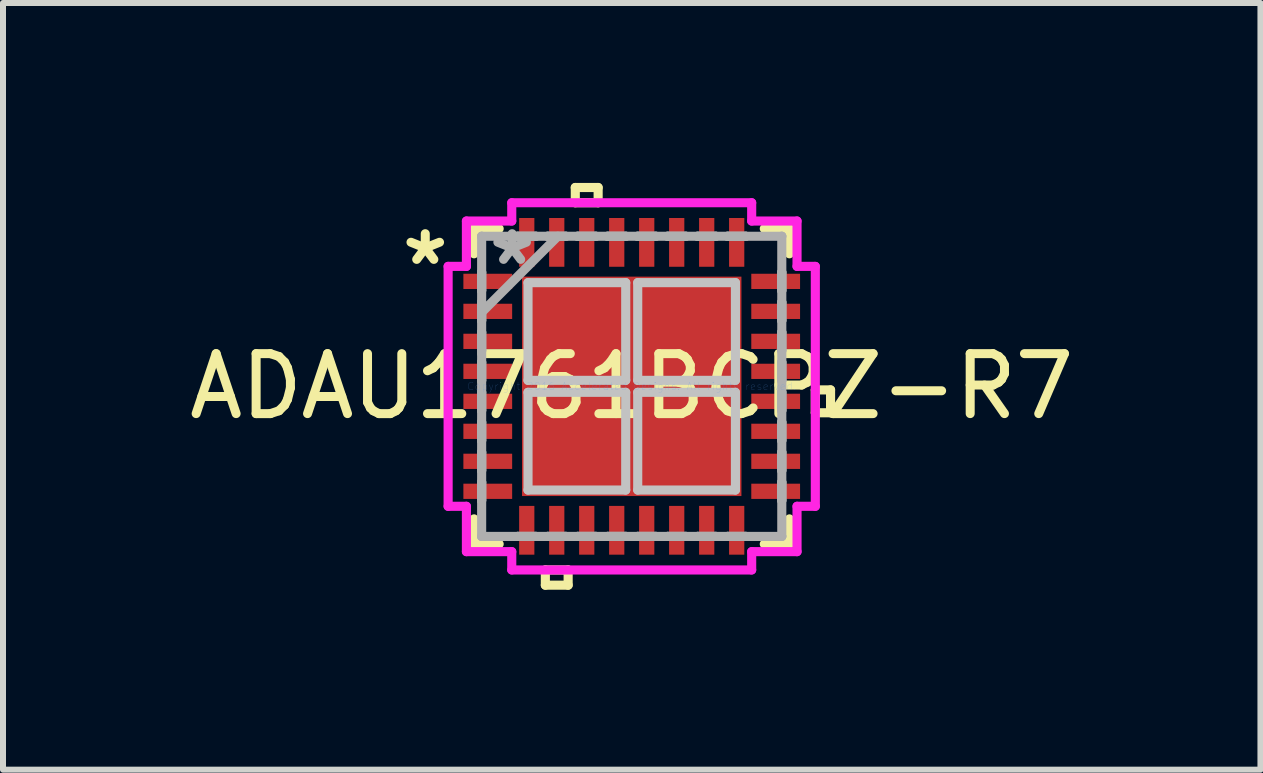
<source format=kicad_pcb>
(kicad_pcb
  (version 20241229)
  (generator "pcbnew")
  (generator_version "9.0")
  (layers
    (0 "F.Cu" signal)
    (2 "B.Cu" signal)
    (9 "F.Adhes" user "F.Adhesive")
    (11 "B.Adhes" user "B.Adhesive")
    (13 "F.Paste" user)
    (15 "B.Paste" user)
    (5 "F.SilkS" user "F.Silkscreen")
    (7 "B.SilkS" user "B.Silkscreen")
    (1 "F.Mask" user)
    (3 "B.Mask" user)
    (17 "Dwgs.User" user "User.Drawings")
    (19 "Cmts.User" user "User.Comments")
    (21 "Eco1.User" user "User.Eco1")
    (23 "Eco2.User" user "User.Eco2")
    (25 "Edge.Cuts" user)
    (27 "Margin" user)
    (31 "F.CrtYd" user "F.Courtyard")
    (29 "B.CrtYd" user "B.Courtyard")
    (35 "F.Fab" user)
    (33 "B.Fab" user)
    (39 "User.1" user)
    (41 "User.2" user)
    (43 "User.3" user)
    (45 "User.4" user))
  (footprint "ADAU1761BCPZ-R7"
    (layer "F.Cu")
    (at 7.482 3.391)
    (property "Reference" "ADAU1761BCPZ-R7" (at 0 0 0) (layer "F.SilkS") (effects (font (size 1 1) (thickness 0.15))))
    (attr through_hole)
    (fp_line (start -2.629 -2.629) (end -2.629 -2.21) (stroke (width 0.152) (type solid)) (layer "F.SilkS"))
    (fp_line (start -2.629 2.21) (end -2.629 2.629) (stroke (width 0.152) (type solid)) (layer "F.SilkS"))
    (fp_line (start -2.629 2.629) (end -2.21 2.629) (stroke (width 0.152) (type solid)) (layer "F.SilkS"))
    (fp_line (start -2.21 -2.629) (end -2.629 -2.629) (stroke (width 0.152) (type solid)) (layer "F.SilkS"))
    (fp_line (start -1.44 3.061) (end -1.44 3.315) (stroke (width 0.152) (type solid)) (layer "F.SilkS"))
    (fp_line (start -1.44 3.315) (end -1.06 3.315) (stroke (width 0.152) (type solid)) (layer "F.SilkS"))
    (fp_line (start -1.06 3.061) (end -1.44 3.061) (stroke (width 0.152) (type solid)) (layer "F.SilkS"))
    (fp_line (start -1.06 3.315) (end -1.06 3.061) (stroke (width 0.152) (type solid)) (layer "F.SilkS"))
    (fp_line (start -0.941 -3.315) (end -0.56 -3.315) (stroke (width 0.152) (type solid)) (layer "F.SilkS"))
    (fp_line (start -0.941 -3.061) (end -0.941 -3.315) (stroke (width 0.152) (type solid)) (layer "F.SilkS"))
    (fp_line (start -0.56 -3.315) (end -0.56 -3.061) (stroke (width 0.152) (type solid)) (layer "F.SilkS"))
    (fp_line (start -0.56 -3.061) (end -0.941 -3.061) (stroke (width 0.152) (type solid)) (layer "F.SilkS"))
    (fp_line (start 2.21 2.629) (end 2.629 2.629) (stroke (width 0.152) (type solid)) (layer "F.SilkS"))
    (fp_line (start 2.629 -2.629) (end 2.21 -2.629) (stroke (width 0.152) (type solid)) (layer "F.SilkS"))
    (fp_line (start 2.629 -2.21) (end 2.629 -2.629) (stroke (width 0.152) (type solid)) (layer "F.SilkS"))
    (fp_line (start 2.629 2.629) (end 2.629 2.21) (stroke (width 0.152) (type solid)) (layer "F.SilkS"))
    (fp_line (start 3.061 0.059) (end 3.315 0.059) (stroke (width 0.152) (type solid)) (layer "F.SilkS"))
    (fp_line (start 3.061 0.441) (end 3.061 0.059) (stroke (width 0.152) (type solid)) (layer "F.SilkS"))
    (fp_line (start 3.315 0.059) (end 3.315 0.441) (stroke (width 0.152) (type solid)) (layer "F.SilkS"))
    (fp_line (start 3.315 0.441) (end 3.061 0.441) (stroke (width 0.152) (type solid)) (layer "F.SilkS"))
    (fp_line (start -1.729 -1.729) (end -1.729 -0.1) (stroke (width 0.152) (type solid)) (layer "Dwgs.User"))
    (fp_line (start -1.729 -0.1) (end -0.1 -0.1) (stroke (width 0.152) (type solid)) (layer "Dwgs.User"))
    (fp_line (start -1.729 0.1) (end -1.729 1.729) (stroke (width 0.152) (type solid)) (layer "Dwgs.User"))
    (fp_line (start -1.729 1.729) (end -0.1 1.729) (stroke (width 0.152) (type solid)) (layer "Dwgs.User"))
    (fp_line (start -0.1 -1.729) (end -1.729 -1.729) (stroke (width 0.152) (type solid)) (layer "Dwgs.User"))
    (fp_line (start -0.1 -0.1) (end -0.1 -1.729) (stroke (width 0.152) (type solid)) (layer "Dwgs.User"))
    (fp_line (start -0.1 0.1) (end -1.729 0.1) (stroke (width 0.152) (type solid)) (layer "Dwgs.User"))
    (fp_line (start -0.1 1.729) (end -0.1 0.1) (stroke (width 0.152) (type solid)) (layer "Dwgs.User"))
    (fp_line (start 0.1 -1.729) (end 0.1 -0.1) (stroke (width 0.152) (type solid)) (layer "Dwgs.User"))
    (fp_line (start 0.1 -0.1) (end 1.729 -0.1) (stroke (width 0.152) (type solid)) (layer "Dwgs.User"))
    (fp_line (start 0.1 0.1) (end 0.1 1.729) (stroke (width 0.152) (type solid)) (layer "Dwgs.User"))
    (fp_line (start 0.1 1.729) (end 1.729 1.729) (stroke (width 0.152) (type solid)) (layer "Dwgs.User"))
    (fp_line (start 1.729 -1.729) (end 0.1 -1.729) (stroke (width 0.152) (type solid)) (layer "Dwgs.User"))
    (fp_line (start 1.729 -0.1) (end 1.729 -1.729) (stroke (width 0.152) (type solid)) (layer "Dwgs.User"))
    (fp_line (start 1.729 0.1) (end 0.1 0.1) (stroke (width 0.152) (type solid)) (layer "Dwgs.User"))
    (fp_line (start 1.729 1.729) (end 1.729 0.1) (stroke (width 0.152) (type solid)) (layer "Dwgs.User"))
    (fp_line (start -3.061 -2) (end -2.756 -2) (stroke (width 0.152) (type solid)) (layer "F.CrtYd"))
    (fp_line (start -3.061 2) (end -3.061 -2) (stroke (width 0.152) (type solid)) (layer "F.CrtYd"))
    (fp_line (start -2.756 -2.756) (end -2 -2.756) (stroke (width 0.152) (type solid)) (layer "F.CrtYd"))
    (fp_line (start -2.756 -2) (end -2.756 -2.756) (stroke (width 0.152) (type solid)) (layer "F.CrtYd"))
    (fp_line (start -2.756 2) (end -3.061 2) (stroke (width 0.152) (type solid)) (layer "F.CrtYd"))
    (fp_line (start -2.756 2.756) (end -2.756 2) (stroke (width 0.152) (type solid)) (layer "F.CrtYd"))
    (fp_line (start -2 -3.061) (end 2 -3.061) (stroke (width 0.152) (type solid)) (layer "F.CrtYd"))
    (fp_line (start -2 -2.756) (end -2 -3.061) (stroke (width 0.152) (type solid)) (layer "F.CrtYd"))
    (fp_line (start -2 2.756) (end -2.756 2.756) (stroke (width 0.152) (type solid)) (layer "F.CrtYd"))
    (fp_line (start -2 3.061) (end -2 2.756) (stroke (width 0.152) (type solid)) (layer "F.CrtYd"))
    (fp_line (start 2 -3.061) (end 2 -2.756) (stroke (width 0.152) (type solid)) (layer "F.CrtYd"))
    (fp_line (start 2 -2.756) (end 2.756 -2.756) (stroke (width 0.152) (type solid)) (layer "F.CrtYd"))
    (fp_line (start 2 2.756) (end 2 3.061) (stroke (width 0.152) (type solid)) (layer "F.CrtYd"))
    (fp_line (start 2 3.061) (end -2 3.061) (stroke (width 0.152) (type solid)) (layer "F.CrtYd"))
    (fp_line (start 2.756 -2.756) (end 2.756 -2) (stroke (width 0.152) (type solid)) (layer "F.CrtYd"))
    (fp_line (start 2.756 -2) (end 3.061 -2) (stroke (width 0.152) (type solid)) (layer "F.CrtYd"))
    (fp_line (start 2.756 2) (end 2.756 2.756) (stroke (width 0.152) (type solid)) (layer "F.CrtYd"))
    (fp_line (start 2.756 2.756) (end 2 2.756) (stroke (width 0.152) (type solid)) (layer "F.CrtYd"))
    (fp_line (start 3.061 -2) (end 3.061 2) (stroke (width 0.152) (type solid)) (layer "F.CrtYd"))
    (fp_line (start 3.061 2) (end 2.756 2) (stroke (width 0.152) (type solid)) (layer "F.CrtYd"))
    (fp_line (start -2.502 -2.502) (end -2.502 -2.502) (stroke (width 0.152) (type solid)) (layer "F.Fab"))
    (fp_line (start -2.502 -2.502) (end -2.502 2.502) (stroke (width 0.152) (type solid)) (layer "F.Fab"))
    (fp_line (start -2.502 -1.902) (end -2.502 -1.902) (stroke (width 0.152) (type solid)) (layer "F.Fab"))
    (fp_line (start -2.502 -1.902) (end -2.502 -1.598) (stroke (width 0.152) (type solid)) (layer "F.Fab"))
    (fp_line (start -2.502 -1.598) (end -2.502 -1.902) (stroke (width 0.152) (type solid)) (layer "F.Fab"))
    (fp_line (start -2.502 -1.598) (end -2.502 -1.598) (stroke (width 0.152) (type solid)) (layer "F.Fab"))
    (fp_line (start -2.502 -1.402) (end -2.502 -1.402) (stroke (width 0.152) (type solid)) (layer "F.Fab"))
    (fp_line (start -2.502 -1.402) (end -2.502 -1.098) (stroke (width 0.152) (type solid)) (layer "F.Fab"))
    (fp_line (start -2.502 -1.232) (end -1.232 -2.502) (stroke (width 0.152) (type solid)) (layer "F.Fab"))
    (fp_line (start -2.502 -1.098) (end -2.502 -1.402) (stroke (width 0.152) (type solid)) (layer "F.Fab"))
    (fp_line (start -2.502 -1.098) (end -2.502 -1.098) (stroke (width 0.152) (type solid)) (layer "F.Fab"))
    (fp_line (start -2.502 -0.902) (end -2.502 -0.902) (stroke (width 0.152) (type solid)) (layer "F.Fab"))
    (fp_line (start -2.502 -0.902) (end -2.502 -0.598) (stroke (width 0.152) (type solid)) (layer "F.Fab"))
    (fp_line (start -2.502 -0.598) (end -2.502 -0.902) (stroke (width 0.152) (type solid)) (layer "F.Fab"))
    (fp_line (start -2.502 -0.598) (end -2.502 -0.598) (stroke (width 0.152) (type solid)) (layer "F.Fab"))
    (fp_line (start -2.502 -0.402) (end -2.502 -0.402) (stroke (width 0.152) (type solid)) (layer "F.Fab"))
    (fp_line (start -2.502 -0.402) (end -2.502 -0.098) (stroke (width 0.152) (type solid)) (layer "F.Fab"))
    (fp_line (start -2.502 -0.098) (end -2.502 -0.402) (stroke (width 0.152) (type solid)) (layer "F.Fab"))
    (fp_line (start -2.502 -0.098) (end -2.502 -0.098) (stroke (width 0.152) (type solid)) (layer "F.Fab"))
    (fp_line (start -2.502 0.098) (end -2.502 0.098) (stroke (width 0.152) (type solid)) (layer "F.Fab"))
    (fp_line (start -2.502 0.098) (end -2.502 0.402) (stroke (width 0.152) (type solid)) (layer "F.Fab"))
    (fp_line (start -2.502 0.402) (end -2.502 0.098) (stroke (width 0.152) (type solid)) (layer "F.Fab"))
    (fp_line (start -2.502 0.402) (end -2.502 0.402) (stroke (width 0.152) (type solid)) (layer "F.Fab"))
    (fp_line (start -2.502 0.598) (end -2.502 0.598) (stroke (width 0.152) (type solid)) (layer "F.Fab"))
    (fp_line (start -2.502 0.598) (end -2.502 0.902) (stroke (width 0.152) (type solid)) (layer "F.Fab"))
    (fp_line (start -2.502 0.902) (end -2.502 0.598) (stroke (width 0.152) (type solid)) (layer "F.Fab"))
    (fp_line (start -2.502 0.902) (end -2.502 0.902) (stroke (width 0.152) (type solid)) (layer "F.Fab"))
    (fp_line (start -2.502 1.098) (end -2.502 1.098) (stroke (width 0.152) (type solid)) (layer "F.Fab"))
    (fp_line (start -2.502 1.098) (end -2.502 1.402) (stroke (width 0.152) (type solid)) (layer "F.Fab"))
    (fp_line (start -2.502 1.402) (end -2.502 1.098) (stroke (width 0.152) (type solid)) (layer "F.Fab"))
    (fp_line (start -2.502 1.402) (end -2.502 1.402) (stroke (width 0.152) (type solid)) (layer "F.Fab"))
    (fp_line (start -2.502 1.598) (end -2.502 1.598) (stroke (width 0.152) (type solid)) (layer "F.Fab"))
    (fp_line (start -2.502 1.598) (end -2.502 1.902) (stroke (width 0.152) (type solid)) (layer "F.Fab"))
    (fp_line (start -2.502 1.902) (end -2.502 1.598) (stroke (width 0.152) (type solid)) (layer "F.Fab"))
    (fp_line (start -2.502 1.902) (end -2.502 1.902) (stroke (width 0.152) (type solid)) (layer "F.Fab"))
    (fp_line (start -2.502 2.502) (end -2.502 2.502) (stroke (width 0.152) (type solid)) (layer "F.Fab"))
    (fp_line (start -2.502 2.502) (end 2.502 2.502) (stroke (width 0.152) (type solid)) (layer "F.Fab"))
    (fp_line (start -1.902 -2.502) (end -1.902 -2.502) (stroke (width 0.152) (type solid)) (layer "F.Fab"))
    (fp_line (start -1.902 -2.502) (end -1.598 -2.502) (stroke (width 0.152) (type solid)) (layer "F.Fab"))
    (fp_line (start -1.902 2.502) (end -1.902 2.502) (stroke (width 0.152) (type solid)) (layer "F.Fab"))
    (fp_line (start -1.902 2.502) (end -1.598 2.502) (stroke (width 0.152) (type solid)) (layer "F.Fab"))
    (fp_line (start -1.598 -2.502) (end -1.902 -2.502) (stroke (width 0.152) (type solid)) (layer "F.Fab"))
    (fp_line (start -1.598 -2.502) (end -1.598 -2.502) (stroke (width 0.152) (type solid)) (layer "F.Fab"))
    (fp_line (start -1.598 2.502) (end -1.902 2.502) (stroke (width 0.152) (type solid)) (layer "F.Fab"))
    (fp_line (start -1.598 2.502) (end -1.598 2.502) (stroke (width 0.152) (type solid)) (layer "F.Fab"))
    (fp_line (start -1.402 -2.502) (end -1.402 -2.502) (stroke (width 0.152) (type solid)) (layer "F.Fab"))
    (fp_line (start -1.402 -2.502) (end -1.098 -2.502) (stroke (width 0.152) (type solid)) (layer "F.Fab"))
    (fp_line (start -1.402 2.502) (end -1.402 2.502) (stroke (width 0.152) (type solid)) (layer "F.Fab"))
    (fp_line (start -1.402 2.502) (end -1.098 2.502) (stroke (width 0.152) (type solid)) (layer "F.Fab"))
    (fp_line (start -1.098 -2.502) (end -1.402 -2.502) (stroke (width 0.152) (type solid)) (layer "F.Fab"))
    (fp_line (start -1.098 -2.502) (end -1.098 -2.502) (stroke (width 0.152) (type solid)) (layer "F.Fab"))
    (fp_line (start -1.098 2.502) (end -1.402 2.502) (stroke (width 0.152) (type solid)) (layer "F.Fab"))
    (fp_line (start -1.098 2.502) (end -1.098 2.502) (stroke (width 0.152) (type solid)) (layer "F.Fab"))
    (fp_line (start -0.902 -2.502) (end -0.902 -2.502) (stroke (width 0.152) (type solid)) (layer "F.Fab"))
    (fp_line (start -0.902 -2.502) (end -0.598 -2.502) (stroke (width 0.152) (type solid)) (layer "F.Fab"))
    (fp_line (start -0.902 2.502) (end -0.902 2.502) (stroke (width 0.152) (type solid)) (layer "F.Fab"))
    (fp_line (start -0.902 2.502) (end -0.598 2.502) (stroke (width 0.152) (type solid)) (layer "F.Fab"))
    (fp_line (start -0.598 -2.502) (end -0.902 -2.502) (stroke (width 0.152) (type solid)) (layer "F.Fab"))
    (fp_line (start -0.598 -2.502) (end -0.598 -2.502) (stroke (width 0.152) (type solid)) (layer "F.Fab"))
    (fp_line (start -0.598 2.502) (end -0.902 2.502) (stroke (width 0.152) (type solid)) (layer "F.Fab"))
    (fp_line (start -0.598 2.502) (end -0.598 2.502) (stroke (width 0.152) (type solid)) (layer "F.Fab"))
    (fp_line (start -0.402 -2.502) (end -0.402 -2.502) (stroke (width 0.152) (type solid)) (layer "F.Fab"))
    (fp_line (start -0.402 -2.502) (end -0.098 -2.502) (stroke (width 0.152) (type solid)) (layer "F.Fab"))
    (fp_line (start -0.402 2.502) (end -0.402 2.502) (stroke (width 0.152) (type solid)) (layer "F.Fab"))
    (fp_line (start -0.402 2.502) (end -0.098 2.502) (stroke (width 0.152) (type solid)) (layer "F.Fab"))
    (fp_line (start -0.098 -2.502) (end -0.402 -2.502) (stroke (width 0.152) (type solid)) (layer "F.Fab"))
    (fp_line (start -0.098 -2.502) (end -0.098 -2.502) (stroke (width 0.152) (type solid)) (layer "F.Fab"))
    (fp_line (start -0.098 2.502) (end -0.402 2.502) (stroke (width 0.152) (type solid)) (layer "F.Fab"))
    (fp_line (start -0.098 2.502) (end -0.098 2.502) (stroke (width 0.152) (type solid)) (layer "F.Fab"))
    (fp_line (start 0.098 -2.502) (end 0.098 -2.502) (stroke (width 0.152) (type solid)) (layer "F.Fab"))
    (fp_line (start 0.098 -2.502) (end 0.402 -2.502) (stroke (width 0.152) (type solid)) (layer "F.Fab"))
    (fp_line (start 0.098 2.502) (end 0.098 2.502) (stroke (width 0.152) (type solid)) (layer "F.Fab"))
    (fp_line (start 0.098 2.502) (end 0.402 2.502) (stroke (width 0.152) (type solid)) (layer "F.Fab"))
    (fp_line (start 0.402 -2.502) (end 0.098 -2.502) (stroke (width 0.152) (type solid)) (layer "F.Fab"))
    (fp_line (start 0.402 -2.502) (end 0.402 -2.502) (stroke (width 0.152) (type solid)) (layer "F.Fab"))
    (fp_line (start 0.402 2.502) (end 0.098 2.502) (stroke (width 0.152) (type solid)) (layer "F.Fab"))
    (fp_line (start 0.402 2.502) (end 0.402 2.502) (stroke (width 0.152) (type solid)) (layer "F.Fab"))
    (fp_line (start 0.598 -2.502) (end 0.598 -2.502) (stroke (width 0.152) (type solid)) (layer "F.Fab"))
    (fp_line (start 0.598 -2.502) (end 0.902 -2.502) (stroke (width 0.152) (type solid)) (layer "F.Fab"))
    (fp_line (start 0.598 2.502) (end 0.598 2.502) (stroke (width 0.152) (type solid)) (layer "F.Fab"))
    (fp_line (start 0.598 2.502) (end 0.902 2.502) (stroke (width 0.152) (type solid)) (layer "F.Fab"))
    (fp_line (start 0.902 -2.502) (end 0.598 -2.502) (stroke (width 0.152) (type solid)) (layer "F.Fab"))
    (fp_line (start 0.902 -2.502) (end 0.902 -2.502) (stroke (width 0.152) (type solid)) (layer "F.Fab"))
    (fp_line (start 0.902 2.502) (end 0.598 2.502) (stroke (width 0.152) (type solid)) (layer "F.Fab"))
    (fp_line (start 0.902 2.502) (end 0.902 2.502) (stroke (width 0.152) (type solid)) (layer "F.Fab"))
    (fp_line (start 1.098 -2.502) (end 1.098 -2.502) (stroke (width 0.152) (type solid)) (layer "F.Fab"))
    (fp_line (start 1.098 -2.502) (end 1.402 -2.502) (stroke (width 0.152) (type solid)) (layer "F.Fab"))
    (fp_line (start 1.098 2.502) (end 1.098 2.502) (stroke (width 0.152) (type solid)) (layer "F.Fab"))
    (fp_line (start 1.098 2.502) (end 1.402 2.502) (stroke (width 0.152) (type solid)) (layer "F.Fab"))
    (fp_line (start 1.402 -2.502) (end 1.098 -2.502) (stroke (width 0.152) (type solid)) (layer "F.Fab"))
    (fp_line (start 1.402 -2.502) (end 1.402 -2.502) (stroke (width 0.152) (type solid)) (layer "F.Fab"))
    (fp_line (start 1.402 2.502) (end 1.098 2.502) (stroke (width 0.152) (type solid)) (layer "F.Fab"))
    (fp_line (start 1.402 2.502) (end 1.402 2.502) (stroke (width 0.152) (type solid)) (layer "F.Fab"))
    (fp_line (start 1.598 -2.502) (end 1.598 -2.502) (stroke (width 0.152) (type solid)) (layer "F.Fab"))
    (fp_line (start 1.598 -2.502) (end 1.902 -2.502) (stroke (width 0.152) (type solid)) (layer "F.Fab"))
    (fp_line (start 1.598 2.502) (end 1.598 2.502) (stroke (width 0.152) (type solid)) (layer "F.Fab"))
    (fp_line (start 1.598 2.502) (end 1.902 2.502) (stroke (width 0.152) (type solid)) (layer "F.Fab"))
    (fp_line (start 1.902 -2.502) (end 1.598 -2.502) (stroke (width 0.152) (type solid)) (layer "F.Fab"))
    (fp_line (start 1.902 -2.502) (end 1.902 -2.502) (stroke (width 0.152) (type solid)) (layer "F.Fab"))
    (fp_line (start 1.902 2.502) (end 1.598 2.502) (stroke (width 0.152) (type solid)) (layer "F.Fab"))
    (fp_line (start 1.902 2.502) (end 1.902 2.502) (stroke (width 0.152) (type solid)) (layer "F.Fab"))
    (fp_line (start 2.502 -2.502) (end -2.502 -2.502) (stroke (width 0.152) (type solid)) (layer "F.Fab"))
    (fp_line (start 2.502 -2.502) (end 2.502 -2.502) (stroke (width 0.152) (type solid)) (layer "F.Fab"))
    (fp_line (start 2.502 -1.902) (end 2.502 -1.902) (stroke (width 0.152) (type solid)) (layer "F.Fab"))
    (fp_line (start 2.502 -1.902) (end 2.502 -1.598) (stroke (width 0.152) (type solid)) (layer "F.Fab"))
    (fp_line (start 2.502 -1.598) (end 2.502 -1.902) (stroke (width 0.152) (type solid)) (layer "F.Fab"))
    (fp_line (start 2.502 -1.598) (end 2.502 -1.598) (stroke (width 0.152) (type solid)) (layer "F.Fab"))
    (fp_line (start 2.502 -1.402) (end 2.502 -1.402) (stroke (width 0.152) (type solid)) (layer "F.Fab"))
    (fp_line (start 2.502 -1.402) (end 2.502 -1.098) (stroke (width 0.152) (type solid)) (layer "F.Fab"))
    (fp_line (start 2.502 -1.098) (end 2.502 -1.402) (stroke (width 0.152) (type solid)) (layer "F.Fab"))
    (fp_line (start 2.502 -1.098) (end 2.502 -1.098) (stroke (width 0.152) (type solid)) (layer "F.Fab"))
    (fp_line (start 2.502 -0.902) (end 2.502 -0.902) (stroke (width 0.152) (type solid)) (layer "F.Fab"))
    (fp_line (start 2.502 -0.902) (end 2.502 -0.598) (stroke (width 0.152) (type solid)) (layer "F.Fab"))
    (fp_line (start 2.502 -0.598) (end 2.502 -0.902) (stroke (width 0.152) (type solid)) (layer "F.Fab"))
    (fp_line (start 2.502 -0.598) (end 2.502 -0.598) (stroke (width 0.152) (type solid)) (layer "F.Fab"))
    (fp_line (start 2.502 -0.402) (end 2.502 -0.402) (stroke (width 0.152) (type solid)) (layer "F.Fab"))
    (fp_line (start 2.502 -0.402) (end 2.502 -0.098) (stroke (width 0.152) (type solid)) (layer "F.Fab"))
    (fp_line (start 2.502 -0.098) (end 2.502 -0.402) (stroke (width 0.152) (type solid)) (layer "F.Fab"))
    (fp_line (start 2.502 -0.098) (end 2.502 -0.098) (stroke (width 0.152) (type solid)) (layer "F.Fab"))
    (fp_line (start 2.502 0.098) (end 2.502 0.098) (stroke (width 0.152) (type solid)) (layer "F.Fab"))
    (fp_line (start 2.502 0.098) (end 2.502 0.402) (stroke (width 0.152) (type solid)) (layer "F.Fab"))
    (fp_line (start 2.502 0.402) (end 2.502 0.098) (stroke (width 0.152) (type solid)) (layer "F.Fab"))
    (fp_line (start 2.502 0.402) (end 2.502 0.402) (stroke (width 0.152) (type solid)) (layer "F.Fab"))
    (fp_line (start 2.502 0.598) (end 2.502 0.598) (stroke (width 0.152) (type solid)) (layer "F.Fab"))
    (fp_line (start 2.502 0.598) (end 2.502 0.902) (stroke (width 0.152) (type solid)) (layer "F.Fab"))
    (fp_line (start 2.502 0.902) (end 2.502 0.598) (stroke (width 0.152) (type solid)) (layer "F.Fab"))
    (fp_line (start 2.502 0.902) (end 2.502 0.902) (stroke (width 0.152) (type solid)) (layer "F.Fab"))
    (fp_line (start 2.502 1.098) (end 2.502 1.098) (stroke (width 0.152) (type solid)) (layer "F.Fab"))
    (fp_line (start 2.502 1.098) (end 2.502 1.402) (stroke (width 0.152) (type solid)) (layer "F.Fab"))
    (fp_line (start 2.502 1.402) (end 2.502 1.098) (stroke (width 0.152) (type solid)) (layer "F.Fab"))
    (fp_line (start 2.502 1.402) (end 2.502 1.402) (stroke (width 0.152) (type solid)) (layer "F.Fab"))
    (fp_line (start 2.502 1.598) (end 2.502 1.598) (stroke (width 0.152) (type solid)) (layer "F.Fab"))
    (fp_line (start 2.502 1.598) (end 2.502 1.902) (stroke (width 0.152) (type solid)) (layer "F.Fab"))
    (fp_line (start 2.502 1.902) (end 2.502 1.598) (stroke (width 0.152) (type solid)) (layer "F.Fab"))
    (fp_line (start 2.502 1.902) (end 2.502 1.902) (stroke (width 0.152) (type solid)) (layer "F.Fab"))
    (fp_line (start 2.502 2.502) (end 2.502 -2.502) (stroke (width 0.152) (type solid)) (layer "F.Fab"))
    (fp_line (start 2.502 2.502) (end 2.502 2.502) (stroke (width 0.152) (type solid)) (layer "F.Fab"))
    (fp_text user "*" (at -3.442 -2 0) (layer "F.SilkS") (effects (font (size 1 1) (thickness 0.15))))
    (fp_text user "Copyright 2016 Accelerated Designs. All rights reserved." (at 0 0 0) (layer "Cmts.User") (effects (font (size 0.127 0.127) (thickness 0.002))))
    (fp_text user "*" (at -1.994 -2 0) (layer "F.Fab") (effects (font (size 1 1) (thickness 0.15))))
    (pad "1" smd rect (at -2.4 -1.75 90) (size 0.254 0.813) (layers "F.Cu" "F.Mask" "F.Paste"))
    (pad "2" smd rect (at -2.4 -1.25 90) (size 0.254 0.813) (layers "F.Cu" "F.Mask" "F.Paste"))
    (pad "3" smd rect (at -2.4 -0.75 90) (size 0.254 0.813) (layers "F.Cu" "F.Mask" "F.Paste"))
    (pad "4" smd rect (at -2.4 -0.25 90) (size 0.254 0.813) (layers "F.Cu" "F.Mask" "F.Paste"))
    (pad "5" smd rect (at -2.4 0.25 90) (size 0.254 0.813) (layers "F.Cu" "F.Mask" "F.Paste"))
    (pad "6" smd rect (at -2.4 0.75 90) (size 0.254 0.813) (layers "F.Cu" "F.Mask" "F.Paste"))
    (pad "7" smd rect (at -2.4 1.25 90) (size 0.254 0.813) (layers "F.Cu" "F.Mask" "F.Paste"))
    (pad "8" smd rect (at -2.4 1.75 90) (size 0.254 0.813) (layers "F.Cu" "F.Mask" "F.Paste"))
    (pad "9" smd rect (at -1.75 2.4) (size 0.254 0.813) (layers "F.Cu" "F.Mask" "F.Paste"))
    (pad "10" smd rect (at -1.25 2.4) (size 0.254 0.813) (layers "F.Cu" "F.Mask" "F.Paste"))
    (pad "11" smd rect (at -0.75 2.4) (size 0.254 0.813) (layers "F.Cu" "F.Mask" "F.Paste"))
    (pad "12" smd rect (at -0.25 2.4) (size 0.254 0.813) (layers "F.Cu" "F.Mask" "F.Paste"))
    (pad "13" smd rect (at 0.25 2.4) (size 0.254 0.813) (layers "F.Cu" "F.Mask" "F.Paste"))
    (pad "14" smd rect (at 0.75 2.4) (size 0.254 0.813) (layers "F.Cu" "F.Mask" "F.Paste"))
    (pad "15" smd rect (at 1.25 2.4) (size 0.254 0.813) (layers "F.Cu" "F.Mask" "F.Paste"))
    (pad "16" smd rect (at 1.75 2.4) (size 0.254 0.813) (layers "F.Cu" "F.Mask" "F.Paste"))
    (pad "17" smd rect (at 2.4 1.75 90) (size 0.254 0.813) (layers "F.Cu" "F.Mask" "F.Paste"))
    (pad "18" smd rect (at 2.4 1.25 90) (size 0.254 0.813) (layers "F.Cu" "F.Mask" "F.Paste"))
    (pad "19" smd rect (at 2.4 0.75 90) (size 0.254 0.813) (layers "F.Cu" "F.Mask" "F.Paste"))
    (pad "20" smd rect (at 2.4 0.25 90) (size 0.254 0.813) (layers "F.Cu" "F.Mask" "F.Paste"))
    (pad "21" smd rect (at 2.4 -0.25 90) (size 0.254 0.813) (layers "F.Cu" "F.Mask" "F.Paste"))
    (pad "22" smd rect (at 2.4 -0.75 90) (size 0.254 0.813) (layers "F.Cu" "F.Mask" "F.Paste"))
    (pad "23" smd rect (at 2.4 -1.25 90) (size 0.254 0.813) (layers "F.Cu" "F.Mask" "F.Paste"))
    (pad "24" smd rect (at 2.4 -1.75 90) (size 0.254 0.813) (layers "F.Cu" "F.Mask" "F.Paste"))
    (pad "25" smd rect (at 1.75 -2.4) (size 0.254 0.813) (layers "F.Cu" "F.Mask" "F.Paste"))
    (pad "26" smd rect (at 1.25 -2.4) (size 0.254 0.813) (layers "F.Cu" "F.Mask" "F.Paste"))
    (pad "27" smd rect (at 0.75 -2.4) (size 0.254 0.813) (layers "F.Cu" "F.Mask" "F.Paste"))
    (pad "28" smd rect (at 0.25 -2.4) (size 0.254 0.813) (layers "F.Cu" "F.Mask" "F.Paste"))
    (pad "29" smd rect (at -0.25 -2.4) (size 0.254 0.813) (layers "F.Cu" "F.Mask" "F.Paste"))
    (pad "30" smd rect (at -0.75 -2.4) (size 0.254 0.813) (layers "F.Cu" "F.Mask" "F.Paste"))
    (pad "31" smd rect (at -1.25 -2.4) (size 0.254 0.813) (layers "F.Cu" "F.Mask" "F.Paste"))
    (pad "32" smd rect (at -1.75 -2.4) (size 0.254 0.813) (layers "F.Cu" "F.Mask" "F.Paste"))
    (pad "33" smd rect (at 0 0) (size 3.658 3.658) (layers "F.Cu" "F.Mask" "F.Paste")))
  (gr_rect
    (start -3 -3)
    (end 17.964 9.782)
    (stroke (width 0.1) (type default))
    (fill no)
    (layer "Edge.Cuts")))
</source>
